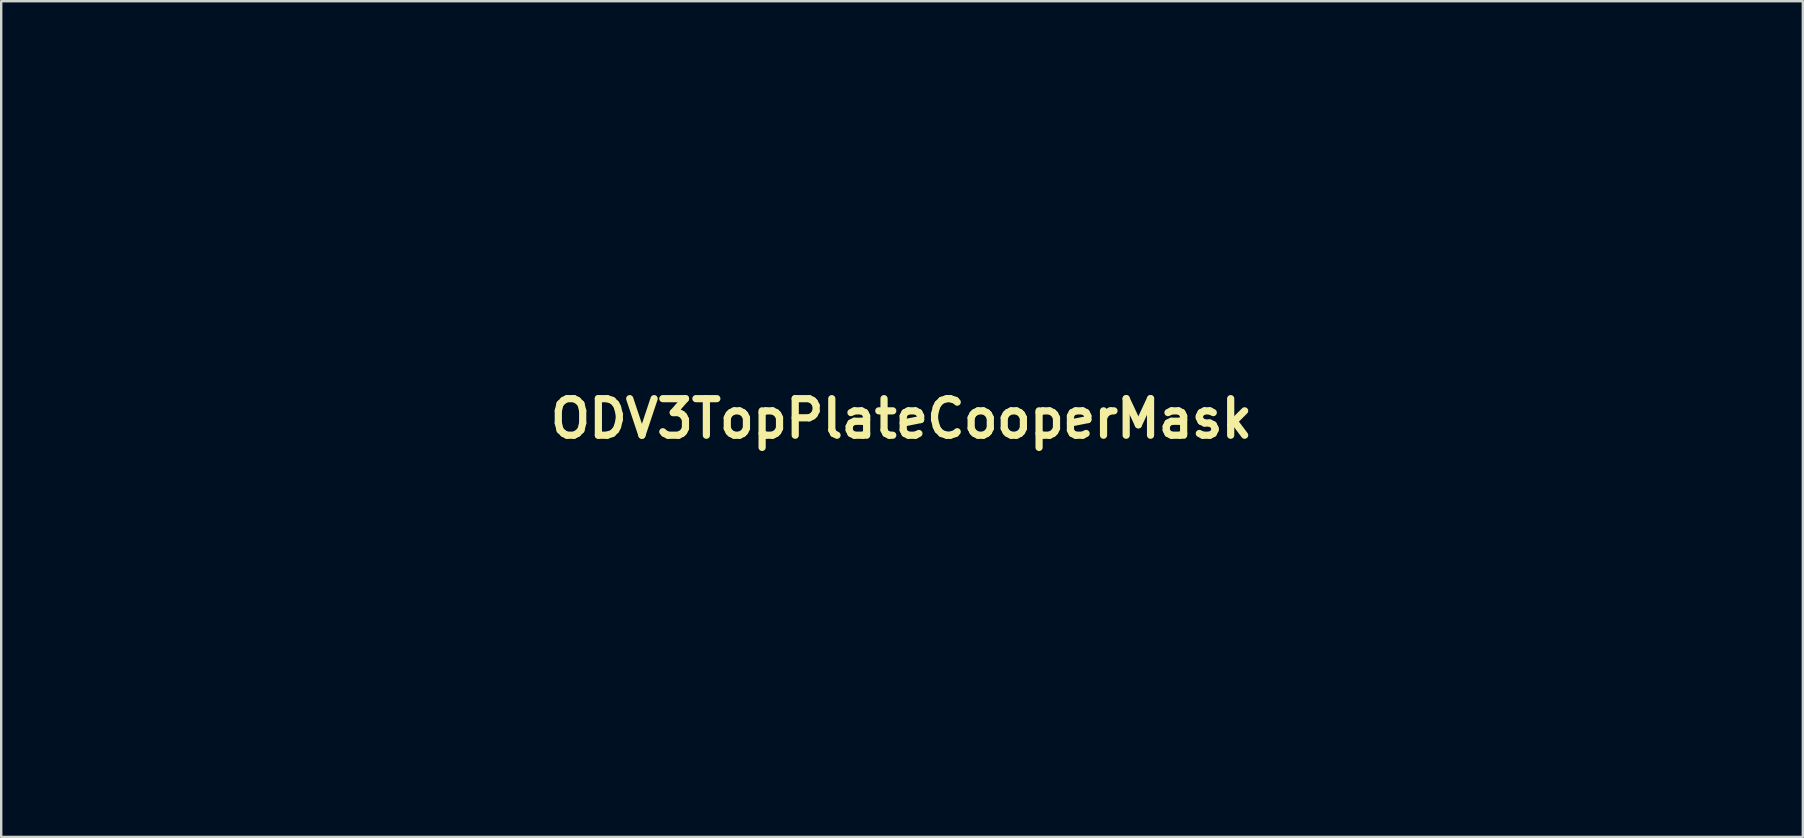
<source format=kicad_pcb>
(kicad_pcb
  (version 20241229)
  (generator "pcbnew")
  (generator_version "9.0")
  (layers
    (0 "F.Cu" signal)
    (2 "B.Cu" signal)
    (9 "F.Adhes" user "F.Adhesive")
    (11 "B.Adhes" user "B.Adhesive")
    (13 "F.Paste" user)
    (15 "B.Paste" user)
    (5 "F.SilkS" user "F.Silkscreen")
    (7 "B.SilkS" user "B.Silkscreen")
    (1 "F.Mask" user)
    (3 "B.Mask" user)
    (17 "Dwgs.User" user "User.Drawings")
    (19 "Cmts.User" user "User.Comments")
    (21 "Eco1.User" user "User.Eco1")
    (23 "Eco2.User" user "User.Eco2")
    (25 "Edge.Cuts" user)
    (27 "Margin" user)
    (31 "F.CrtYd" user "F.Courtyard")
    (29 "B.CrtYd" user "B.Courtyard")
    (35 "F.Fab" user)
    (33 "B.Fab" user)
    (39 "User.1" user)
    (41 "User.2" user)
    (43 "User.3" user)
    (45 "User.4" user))
  (footprint "ODV3TopPlateCooperMask"
    (layer "F.Cu")
    (at 34.507 14.393)
    (property "Reference" "ODV3TopPlateCooperMask" (at 0 0 0) (layer "F.SilkS") (effects (font (size 1.524 1.524) (thickness 0.3))))
    (attr through_hole)
    (fp_poly (pts (xy -14.87 -14.388) (xy -14.036 -14.387) (xy -13.212 -14.387) (xy -12.402 -14.386) (xy -11.612 -14.385) (xy -10.845 -14.384) (xy -10.106 -14.383) (xy -9.401 -14.381) (xy -8.734 -14.379) (xy -8.11 -14.377) (xy -7.532 -14.375) (xy -7.007 -14.373) (xy -6.539 -14.37) (xy -6.132 -14.367) (xy -5.791 -14.364) (xy -5.522 -14.361) (xy -5.327 -14.357) (xy -5.219 -14.354) (xy -4.952 -14.34) (xy -4.753 -14.327) (xy -4.609 -14.313) (xy -4.503 -14.294) (xy -4.421 -14.268) (xy -4.347 -14.233) (xy -4.291 -14.202) (xy -4.026 -14.009) (xy -3.795 -13.769) (xy -3.623 -13.506) (xy -3.606 -13.47) (xy -3.493 -13.229) (xy -3.45 -7.387) (xy -0.466 -7.365) (xy -0.466 -6.646) (xy -3.647 -6.646) (xy -3.834 -6.776) (xy -3.97 -6.892) (xy -4.083 -7.03) (xy -4.111 -7.079) (xy -4.128 -7.115) (xy -4.143 -7.154) (xy -4.156 -7.202) (xy -4.167 -7.266) (xy -4.177 -7.353) (xy -4.185 -7.467) (xy -4.192 -7.616) (xy -4.198 -7.805) (xy -4.203 -8.042) (xy -4.208 -8.331) (xy -4.212 -8.68) (xy -4.217 -9.095) (xy -4.222 -9.581) (xy -4.228 -10.145) (xy -4.228 -10.178) (xy -4.234 -10.747) (xy -4.239 -11.239) (xy -4.244 -11.657) (xy -4.249 -12.01) (xy -4.254 -12.303) (xy -4.259 -12.541) (xy -4.265 -12.732) (xy -4.272 -12.882) (xy -4.28 -12.996) (xy -4.289 -13.08) (xy -4.3 -13.141) (xy -4.313 -13.186) (xy -4.327 -13.219) (xy -4.337 -13.238) (xy -4.43 -13.359) (xy -4.544 -13.467) (xy -4.548 -13.47) (xy -4.587 -13.498) (xy -4.629 -13.52) (xy -4.684 -13.537) (xy -4.761 -13.551) (xy -4.871 -13.561) (xy -5.023 -13.57) (xy -5.226 -13.577) (xy -5.491 -13.584) (xy -5.826 -13.591) (xy -5.99 -13.594) (xy -6.338 -13.6) (xy -6.765 -13.606) (xy -7.269 -13.61) (xy -7.843 -13.614) (xy -8.484 -13.618) (xy -9.188 -13.621) (xy -9.949 -13.623) (xy -10.764 -13.624) (xy -11.627 -13.625) (xy -12.534 -13.626) (xy -13.481 -13.625) (xy -14.464 -13.624) (xy -15.477 -13.623) (xy -16.517 -13.62) (xy -17.578 -13.617) (xy -18.657 -13.614) (xy -19.749 -13.609) (xy -20.849 -13.605) (xy -21.138 -13.603) (xy -26.888 -13.575) (xy -27.07 -13.399) (xy -27.162 -13.299) (xy -27.23 -13.196) (xy -27.281 -13.069) (xy -27.323 -12.899) (xy -27.365 -12.665) (xy -27.366 -12.655) (xy -27.416 -12.496) (xy -27.505 -12.331) (xy -27.615 -12.191) (xy -27.725 -12.103) (xy -27.772 -12.091) (xy -27.864 -12.08) (xy -28.006 -12.07) (xy -28.203 -12.061) (xy -28.458 -12.052) (xy -28.778 -12.043) (xy -29.166 -12.035) (xy -29.627 -12.026) (xy -30.166 -12.018) (xy -30.459 -12.014) (xy -30.925 -12.007) (xy -31.367 -12) (xy -31.779 -11.993) (xy -32.151 -11.986) (xy -32.478 -11.98) (xy -32.751 -11.973) (xy -32.963 -11.967) (xy -33.106 -11.962) (xy -33.173 -11.958) (xy -33.175 -11.958) (xy -33.3 -11.9) (xy -33.44 -11.787) (xy -33.575 -11.639) (xy -33.641 -11.546) (xy -33.746 -11.38) (xy -33.729 -6.738) (xy -33.726 -5.943) (xy -33.722 -5.231) (xy -33.718 -4.597) (xy -33.714 -4.039) (xy -33.71 -3.554) (xy -33.705 -3.139) (xy -33.699 -2.791) (xy -33.693 -2.506) (xy -33.687 -2.283) (xy -33.68 -2.117) (xy -33.672 -2.007) (xy -33.664 -1.949) (xy -33.663 -1.945) (xy -33.558 -1.748) (xy -33.392 -1.61) (xy -33.166 -1.531) (xy -33.145 -1.527) (xy -33.06 -1.52) (xy -32.899 -1.511) (xy -32.67 -1.503) (xy -32.383 -1.494) (xy -32.044 -1.486) (xy -31.664 -1.478) (xy -31.249 -1.471) (xy -30.81 -1.464) (xy -30.501 -1.46) (xy -30.051 -1.455) (xy -29.621 -1.448) (xy -29.221 -1.441) (xy -28.857 -1.433) (xy -28.54 -1.425) (xy -28.276 -1.417) (xy -28.075 -1.41) (xy -27.944 -1.402) (xy -27.899 -1.397) (xy -27.705 -1.32) (xy -27.54 -1.176) (xy -27.422 -0.982) (xy -27.389 -0.887) (xy -27.371 -0.765) (xy -27.358 -0.566) (xy -27.352 -0.297) (xy -27.354 0.037) (xy -27.355 0.125) (xy -27.36 0.41) (xy -27.365 0.625) (xy -27.373 0.781) (xy -27.384 0.892) (xy -27.401 0.973) (xy -27.425 1.036) (xy -27.459 1.095) (xy -27.488 1.139) (xy -27.528 1.201) (xy -27.566 1.255) (xy -27.608 1.3) (xy -27.659 1.339) (xy -27.727 1.37) (xy -27.817 1.396) (xy -27.936 1.417) (xy -28.091 1.433) (xy -28.287 1.445) (xy -28.531 1.455) (xy -28.83 1.462) (xy -29.189 1.467) (xy -29.616 1.472) (xy -30.116 1.476) (xy -30.544 1.48) (xy -31.08 1.485) (xy -31.539 1.489) (xy -31.926 1.493) (xy -32.249 1.498) (xy -32.513 1.502) (xy -32.725 1.508) (xy -32.891 1.514) (xy -33.019 1.522) (xy -33.115 1.53) (xy -33.186 1.541) (xy -33.237 1.554) (xy -33.276 1.568) (xy -33.309 1.585) (xy -33.316 1.59) (xy -33.43 1.678) (xy -33.548 1.801) (xy -33.591 1.858) (xy -33.718 2.039) (xy -33.718 6.703) (xy -33.718 7.326) (xy -33.717 7.927) (xy -33.716 8.5) (xy -33.714 9.039) (xy -33.712 9.54) (xy -33.709 9.995) (xy -33.706 10.4) (xy -33.703 10.749) (xy -33.7 11.037) (xy -33.696 11.258) (xy -33.692 11.406) (xy -33.687 11.476) (xy -33.687 11.48) (xy -33.613 11.629) (xy -33.489 11.782) (xy -33.34 11.905) (xy -33.301 11.929) (xy -33.267 11.944) (xy -33.222 11.957) (xy -33.157 11.968) (xy -33.067 11.978) (xy -32.946 11.986) (xy -32.786 11.993) (xy -32.582 11.999) (xy -32.327 12.004) (xy -32.014 12.009) (xy -31.638 12.014) (xy -31.191 12.018) (xy -30.667 12.023) (xy -30.544 12.024) (xy -29.921 12.03) (xy -29.381 12.037) (xy -28.924 12.044) (xy -28.546 12.053) (xy -28.248 12.061) (xy -28.028 12.071) (xy -27.884 12.082) (xy -27.815 12.093) (xy -27.813 12.094) (xy -27.648 12.206) (xy -27.504 12.375) (xy -27.398 12.572) (xy -27.349 12.769) (xy -27.347 12.805) (xy -27.308 13.04) (xy -27.198 13.265) (xy -27.032 13.459) (xy -26.86 13.581) (xy -26.848 13.585) (xy -26.825 13.59) (xy -26.791 13.594) (xy -26.744 13.598) (xy -26.681 13.602) (xy -26.6 13.606) (xy -26.501 13.609) (xy -26.38 13.612) (xy -26.237 13.615) (xy -26.068 13.618) (xy -25.872 13.621) (xy -25.648 13.624) (xy -25.393 13.626) (xy -25.105 13.628) (xy -24.782 13.63) (xy -24.422 13.632) (xy -24.025 13.634) (xy -23.586 13.636) (xy -23.106 13.638) (xy -22.581 13.639) (xy -22.009 13.64) (xy -21.39 13.642) (xy -20.72 13.643) (xy -19.999 13.644) (xy -19.223 13.645) (xy -18.392 13.646) (xy -17.503 13.647) (xy -16.554 13.647) (xy -15.543 13.648) (xy -14.469 13.648) (xy -13.329 13.649) (xy -12.122 13.649) (xy -10.845 13.65) (xy -9.497 13.65) (xy -8.076 13.65) (xy -6.58 13.65) (xy -5.006 13.651) (xy -3.354 13.651) (xy -1.62 13.651) (xy 0.045 13.651) (xy 26.824 13.652) (xy 27 13.536) (xy 27.149 13.409) (xy 27.259 13.245) (xy 27.339 13.026) (xy 27.389 12.79) (xy 27.426 12.609) (xy 27.471 12.481) (xy 27.539 12.374) (xy 27.594 12.309) (xy 27.702 12.203) (xy 27.808 12.12) (xy 27.854 12.094) (xy 27.919 12.082) (xy 28.061 12.072) (xy 28.282 12.062) (xy 28.581 12.053) (xy 28.96 12.045) (xy 29.421 12.037) (xy 29.964 12.03) (xy 30.586 12.024) (xy 31.127 12.019) (xy 31.59 12.015) (xy 31.981 12.01) (xy 32.307 12.005) (xy 32.574 12) (xy 32.789 11.994) (xy 32.957 11.987) (xy 33.086 11.979) (xy 33.182 11.97) (xy 33.252 11.959) (xy 33.301 11.947) (xy 33.337 11.932) (xy 33.343 11.929) (xy 33.494 11.818) (xy 33.628 11.67) (xy 33.717 11.516) (xy 33.729 11.48) (xy 33.733 11.423) (xy 33.737 11.287) (xy 33.741 11.078) (xy 33.745 10.8) (xy 33.748 10.461) (xy 33.751 10.064) (xy 33.754 9.617) (xy 33.756 9.123) (xy 33.758 8.59) (xy 33.76 8.022) (xy 33.76 7.425) (xy 33.761 6.805) (xy 33.761 6.703) (xy 33.761 2.039) (xy 33.633 1.858) (xy 33.527 1.731) (xy 33.406 1.622) (xy 33.358 1.59) (xy 33.326 1.572) (xy 33.289 1.557) (xy 33.241 1.544) (xy 33.176 1.533) (xy 33.087 1.524) (xy 32.968 1.516) (xy 32.811 1.51) (xy 32.611 1.504) (xy 32.361 1.499) (xy 32.054 1.495) (xy 31.684 1.491) (xy 31.244 1.487) (xy 30.729 1.483) (xy 30.562 1.482) (xy 27.913 1.46) (xy 27.764 1.358) (xy 27.638 1.252) (xy 27.525 1.124) (xy 27.513 1.108) (xy 27.478 1.053) (xy 27.451 0.996) (xy 27.432 0.924) (xy 27.419 0.825) (xy 27.41 0.684) (xy 27.404 0.489) (xy 27.399 0.226) (xy 27.397 0.133) (xy 27.394 -0.132) (xy 27.394 -0.376) (xy 27.396 -0.584) (xy 27.401 -0.739) (xy 27.408 -0.826) (xy 27.409 -0.828) (xy 27.449 -0.939) (xy 27.525 -1.076) (xy 27.581 -1.156) (xy 27.681 -1.274) (xy 27.775 -1.342) (xy 27.901 -1.382) (xy 27.95 -1.392) (xy 28.034 -1.401) (xy 28.195 -1.41) (xy 28.425 -1.42) (xy 28.716 -1.429) (xy 29.062 -1.439) (xy 29.454 -1.448) (xy 29.885 -1.456) (xy 30.346 -1.464) (xy 30.734 -1.469) (xy 33.295 -1.503) (xy 33.43 -1.599) (xy 33.547 -1.704) (xy 33.646 -1.827) (xy 33.65 -1.834) (xy 33.674 -1.877) (xy 33.693 -1.927) (xy 33.709 -1.995) (xy 33.721 -2.089) (xy 33.731 -2.219) (xy 33.74 -2.394) (xy 33.748 -2.624) (xy 33.755 -2.918) (xy 33.763 -3.285) (xy 33.765 -3.368) (xy 33.769 -3.641) (xy 33.772 -3.988) (xy 33.775 -4.4) (xy 33.776 -4.865) (xy 33.776 -5.373) (xy 33.775 -5.914) (xy 33.773 -6.478) (xy 33.77 -7.054) (xy 33.766 -7.632) (xy 33.762 -8.144) (xy 33.729 -11.526) (xy 33.579 -11.692) (xy 33.529 -11.748) (xy 33.485 -11.796) (xy 33.44 -11.837) (xy 33.386 -11.871) (xy 33.319 -11.9) (xy 33.231 -11.923) (xy 33.115 -11.941) (xy 32.965 -11.956) (xy 32.776 -11.968) (xy 32.539 -11.977) (xy 32.249 -11.984) (xy 31.899 -11.99) (xy 31.482 -11.995) (xy 30.993 -12.001) (xy 30.547 -12.006) (xy 30.007 -12.012) (xy 29.545 -12.018) (xy 29.155 -12.023) (xy 28.83 -12.028) (xy 28.564 -12.033) (xy 28.35 -12.039) (xy 28.182 -12.046) (xy 28.053 -12.053) (xy 27.957 -12.062) (xy 27.887 -12.073) (xy 27.837 -12.085) (xy 27.801 -12.1) (xy 27.771 -12.117) (xy 27.757 -12.126) (xy 27.631 -12.236) (xy 27.516 -12.379) (xy 27.435 -12.523) (xy 27.414 -12.592) (xy 27.369 -12.835) (xy 27.331 -13.012) (xy 27.295 -13.138) (xy 27.255 -13.231) (xy 27.207 -13.307) (xy 27.198 -13.319) (xy 27.092 -13.432) (xy 26.973 -13.525) (xy 26.954 -13.536) (xy 26.935 -13.544) (xy 26.91 -13.552) (xy 26.873 -13.559) (xy 26.822 -13.565) (xy 26.754 -13.571) (xy 26.665 -13.577) (xy 26.553 -13.582) (xy 26.413 -13.586) (xy 26.243 -13.59) (xy 26.04 -13.594) (xy 25.799 -13.597) (xy 25.518 -13.6) (xy 25.194 -13.603) (xy 24.823 -13.605) (xy 24.403 -13.608) (xy 23.929 -13.61) (xy 23.399 -13.612) (xy 22.809 -13.613) (xy 22.156 -13.615) (xy 21.437 -13.616) (xy 20.648 -13.618) (xy 19.787 -13.619) (xy 18.85 -13.62) (xy 17.834 -13.622) (xy 17.103 -13.623) (xy 16.182 -13.624) (xy 15.273 -13.624) (xy 14.38 -13.625) (xy 13.509 -13.625) (xy 12.662 -13.625) (xy 11.845 -13.624) (xy 11.062 -13.623) (xy 10.317 -13.622) (xy 9.616 -13.62) (xy 8.962 -13.619) (xy 8.36 -13.617) (xy 7.814 -13.614) (xy 7.33 -13.612) (xy 6.91 -13.609) (xy 6.561 -13.606) (xy 6.286 -13.603) (xy 6.089 -13.6) (xy 6.042 -13.599) (xy 5.65 -13.588) (xy 5.334 -13.578) (xy 5.083 -13.566) (xy 4.889 -13.551) (xy 4.743 -13.53) (xy 4.636 -13.503) (xy 4.557 -13.466) (xy 4.498 -13.418) (xy 4.449 -13.356) (xy 4.402 -13.28) (xy 4.382 -13.246) (xy 4.366 -13.216) (xy 4.352 -13.18) (xy 4.34 -13.132) (xy 4.329 -13.067) (xy 4.32 -12.977) (xy 4.313 -12.857) (xy 4.306 -12.701) (xy 4.3 -12.503) (xy 4.294 -12.256) (xy 4.289 -11.954) (xy 4.285 -11.592) (xy 4.28 -11.163) (xy 4.274 -10.661) (xy 4.269 -10.143) (xy 4.24 -7.183) (xy 4.12 -7.012) (xy 3.939 -6.819) (xy 3.722 -6.702) (xy 3.618 -6.676) (xy 3.49 -6.652) (xy 3.504 -9.92) (xy 3.519 -13.187) (xy 3.641 -13.442) (xy 3.807 -13.708) (xy 4.032 -13.957) (xy 4.29 -14.164) (xy 4.438 -14.251) (xy 4.678 -14.372) (xy 14.944 -14.384) (xy 15.883 -14.384) (xy 16.807 -14.385) (xy 17.712 -14.385) (xy 18.592 -14.385) (xy 19.445 -14.385) (xy 20.267 -14.384) (xy 21.052 -14.383) (xy 21.798 -14.382) (xy 22.499 -14.381) (xy 23.152 -14.379) (xy 23.753 -14.377) (xy 24.297 -14.375) (xy 24.781 -14.372) (xy 25.201 -14.37) (xy 25.551 -14.367) (xy 25.829 -14.364) (xy 26.031 -14.361) (xy 26.143 -14.358) (xy 26.483 -14.343) (xy 26.75 -14.327) (xy 26.959 -14.306) (xy 27.122 -14.276) (xy 27.253 -14.234) (xy 27.363 -14.177) (xy 27.466 -14.1) (xy 27.575 -13.999) (xy 27.635 -13.941) (xy 27.871 -13.648) (xy 28.036 -13.307) (xy 28.119 -13.001) (xy 28.166 -12.747) (xy 30.752 -12.734) (xy 33.337 -12.721) (xy 33.58 -12.608) (xy 33.884 -12.421) (xy 34.149 -12.17) (xy 34.355 -11.875) (xy 34.386 -11.816) (xy 34.523 -11.538) (xy 34.536 -7.049) (xy 34.537 -6.408) (xy 34.538 -5.789) (xy 34.538 -5.2) (xy 34.537 -4.645) (xy 34.536 -4.132) (xy 34.533 -3.664) (xy 34.53 -3.249) (xy 34.527 -2.892) (xy 34.523 -2.599) (xy 34.518 -2.375) (xy 34.513 -2.227) (xy 34.51 -2.174) (xy 34.463 -1.866) (xy 34.393 -1.628) (xy 34.372 -1.581) (xy 34.228 -1.355) (xy 34.027 -1.136) (xy 33.796 -0.951) (xy 33.654 -0.867) (xy 33.559 -0.823) (xy 33.465 -0.79) (xy 33.355 -0.766) (xy 33.212 -0.747) (xy 33.017 -0.732) (xy 32.77 -0.717) (xy 32.587 -0.709) (xy 32.332 -0.702) (xy 32.017 -0.696) (xy 31.655 -0.69) (xy 31.258 -0.685) (xy 30.838 -0.682) (xy 30.408 -0.68) (xy 30.131 -0.679) (xy 28.152 -0.677) (xy 28.152 0.72) (xy 29.305 0.724) (xy 29.648 0.726) (xy 30.053 0.73) (xy 30.498 0.735) (xy 30.959 0.74) (xy 31.414 0.747) (xy 31.84 0.754) (xy 31.941 0.756) (xy 33.422 0.783) (xy 33.688 0.927) (xy 33.958 1.106) (xy 34.173 1.327) (xy 34.35 1.608) (xy 34.39 1.688) (xy 34.523 1.968) (xy 34.536 6.745) (xy 34.548 11.522) (xy 34.422 11.793) (xy 34.227 12.116) (xy 33.973 12.389) (xy 33.672 12.598) (xy 33.618 12.626) (xy 33.339 12.764) (xy 30.752 12.778) (xy 28.165 12.792) (xy 28.117 13.05) (xy 28.01 13.413) (xy 27.835 13.734) (xy 27.598 14.004) (xy 27.305 14.214) (xy 27.23 14.253) (xy 27.154 14.289) (xy 27.085 14.318) (xy 27.01 14.34) (xy 26.919 14.356) (xy 26.798 14.368) (xy 26.637 14.377) (xy 26.423 14.385) (xy 26.145 14.393) (xy 25.908 14.399) (xy 25.799 14.401) (xy 25.609 14.402) (xy 25.339 14.404) (xy 24.994 14.405) (xy 24.575 14.407) (xy 24.087 14.408) (xy 23.531 14.409) (xy 22.911 14.411) (xy 22.229 14.412) (xy 21.489 14.413) (xy 20.694 14.414) (xy 19.846 14.415) (xy 18.948 14.416) (xy 18.003 14.416) (xy 17.014 14.417) (xy 15.985 14.418) (xy 14.917 14.418) (xy 13.814 14.419) (xy 12.678 14.42) (xy 11.514 14.42) (xy 10.322 14.42) (xy 9.107 14.421) (xy 7.872 14.421) (xy 6.619 14.421) (xy 5.351 14.421) (xy 4.071 14.421) (xy 2.782 14.422) (xy 1.486 14.422) (xy 0.188 14.421) (xy -1.111 14.421) (xy -2.407 14.421) (xy -3.697 14.421) (xy -4.979 14.421) (xy -6.25 14.42) (xy -7.507 14.42) (xy -8.746 14.419) (xy -9.965 14.419) (xy -11.162 14.418) (xy -12.332 14.418) (xy -13.474 14.417) (xy -14.584 14.416) (xy -15.659 14.415) (xy -16.697 14.414) (xy -17.694 14.413) (xy -18.648 14.412) (xy -19.556 14.411) (xy -20.415 14.41) (xy -21.221 14.409) (xy -21.973 14.408) (xy -22.666 14.407) (xy -23.299 14.405) (xy -23.869 14.404) (xy -24.371 14.403) (xy -24.804 14.401) (xy -25.165 14.4) (xy -25.45 14.398) (xy -25.657 14.397) (xy -25.781 14.395) (xy -26.945 14.372) (xy -27.186 14.254) (xy -27.476 14.066) (xy -27.723 13.815) (xy -27.916 13.515) (xy -28.045 13.18) (xy -28.085 12.99) (xy -28.113 12.793) (xy -30.704 12.778) (xy -33.295 12.763) (xy -33.537 12.65) (xy -33.846 12.46) (xy -34.113 12.204) (xy -34.325 11.896) (xy -34.353 11.842) (xy -34.502 11.546) (xy -34.499 7.011) (xy -34.499 6.391) (xy -34.498 5.791) (xy -34.496 5.215) (xy -34.494 4.67) (xy -34.491 4.163) (xy -34.488 3.698) (xy -34.484 3.282) (xy -34.48 2.922) (xy -34.476 2.622) (xy -34.472 2.39) (xy -34.467 2.231) (xy -34.463 2.153) (xy -34.387 1.789) (xy -34.241 1.472) (xy -34.024 1.202) (xy -33.738 0.981) (xy -33.647 0.929) (xy -33.38 0.784) (xy -32.216 0.756) (xy -31.868 0.749) (xy -31.459 0.742) (xy -31.011 0.736) (xy -30.548 0.731) (xy -30.092 0.727) (xy -29.667 0.724) (xy -29.58 0.724) (xy -28.109 0.72) (xy -28.109 -0.677) (xy -30.088 -0.68) (xy -30.517 -0.682) (xy -30.943 -0.684) (xy -31.353 -0.688) (xy -31.736 -0.693) (xy -32.079 -0.698) (xy -32.369 -0.704) (xy -32.595 -0.71) (xy -32.703 -0.715) (xy -32.959 -0.729) (xy -33.15 -0.744) (xy -33.293 -0.763) (xy -33.407 -0.79) (xy -33.51 -0.826) (xy -33.579 -0.856) (xy -33.861 -1.03) (xy -34.108 -1.271) (xy -34.307 -1.564) (xy -34.346 -1.643) (xy -34.48 -1.926) (xy -34.493 -6.325) (xy -34.496 -7.103) (xy -34.497 -7.802) (xy -34.497 -8.425) (xy -34.497 -8.977) (xy -34.495 -9.464) (xy -34.492 -9.889) (xy -34.487 -10.257) (xy -34.481 -10.574) (xy -34.474 -10.843) (xy -34.464 -11.069) (xy -34.453 -11.257) (xy -34.439 -11.412) (xy -34.423 -11.538) (xy -34.405 -11.641) (xy -34.384 -11.723) (xy -34.36 -11.791) (xy -34.334 -11.85) (xy -34.333 -11.852) (xy -34.21 -12.044) (xy -34.04 -12.245) (xy -33.851 -12.426) (xy -33.672 -12.557) (xy -33.601 -12.593) (xy -33.518 -12.625) (xy -33.418 -12.652) (xy -33.293 -12.675) (xy -33.137 -12.693) (xy -32.944 -12.708) (xy -32.707 -12.72) (xy -32.42 -12.728) (xy -32.076 -12.735) (xy -31.668 -12.739) (xy -31.191 -12.741) (xy -30.638 -12.742) (xy -30.456 -12.742) (xy -28.124 -12.742) (xy -28.077 -12.998) (xy -27.967 -13.378) (xy -27.788 -13.709) (xy -27.593 -13.941) (xy -27.463 -14.064) (xy -27.347 -14.158) (xy -27.228 -14.226) (xy -27.091 -14.275) (xy -26.922 -14.308) (xy -26.704 -14.331) (xy -26.422 -14.348) (xy -26.292 -14.354) (xy -26.169 -14.358) (xy -25.966 -14.361) (xy -25.687 -14.365) (xy -25.339 -14.368) (xy -24.925 -14.37) (xy -24.449 -14.373) (xy -23.918 -14.375) (xy -23.335 -14.378) (xy -22.706 -14.38) (xy -22.034 -14.381) (xy -21.325 -14.383) (xy -20.583 -14.384) (xy -19.813 -14.385) (xy -19.02 -14.386) (xy -18.208 -14.387) (xy -17.383 -14.388) (xy -16.548 -14.388) (xy -15.709 -14.388) (xy -14.87 -14.388)) (stroke (width 0.01) (type solid)) (fill yes) (layer "F.Mask")))
  (gr_rect
    (start -3 -3)
    (end 72.06 31.819)
    (stroke (width 0.1) (type default))
    (fill no)
    (layer "Edge.Cuts")))
</source>
